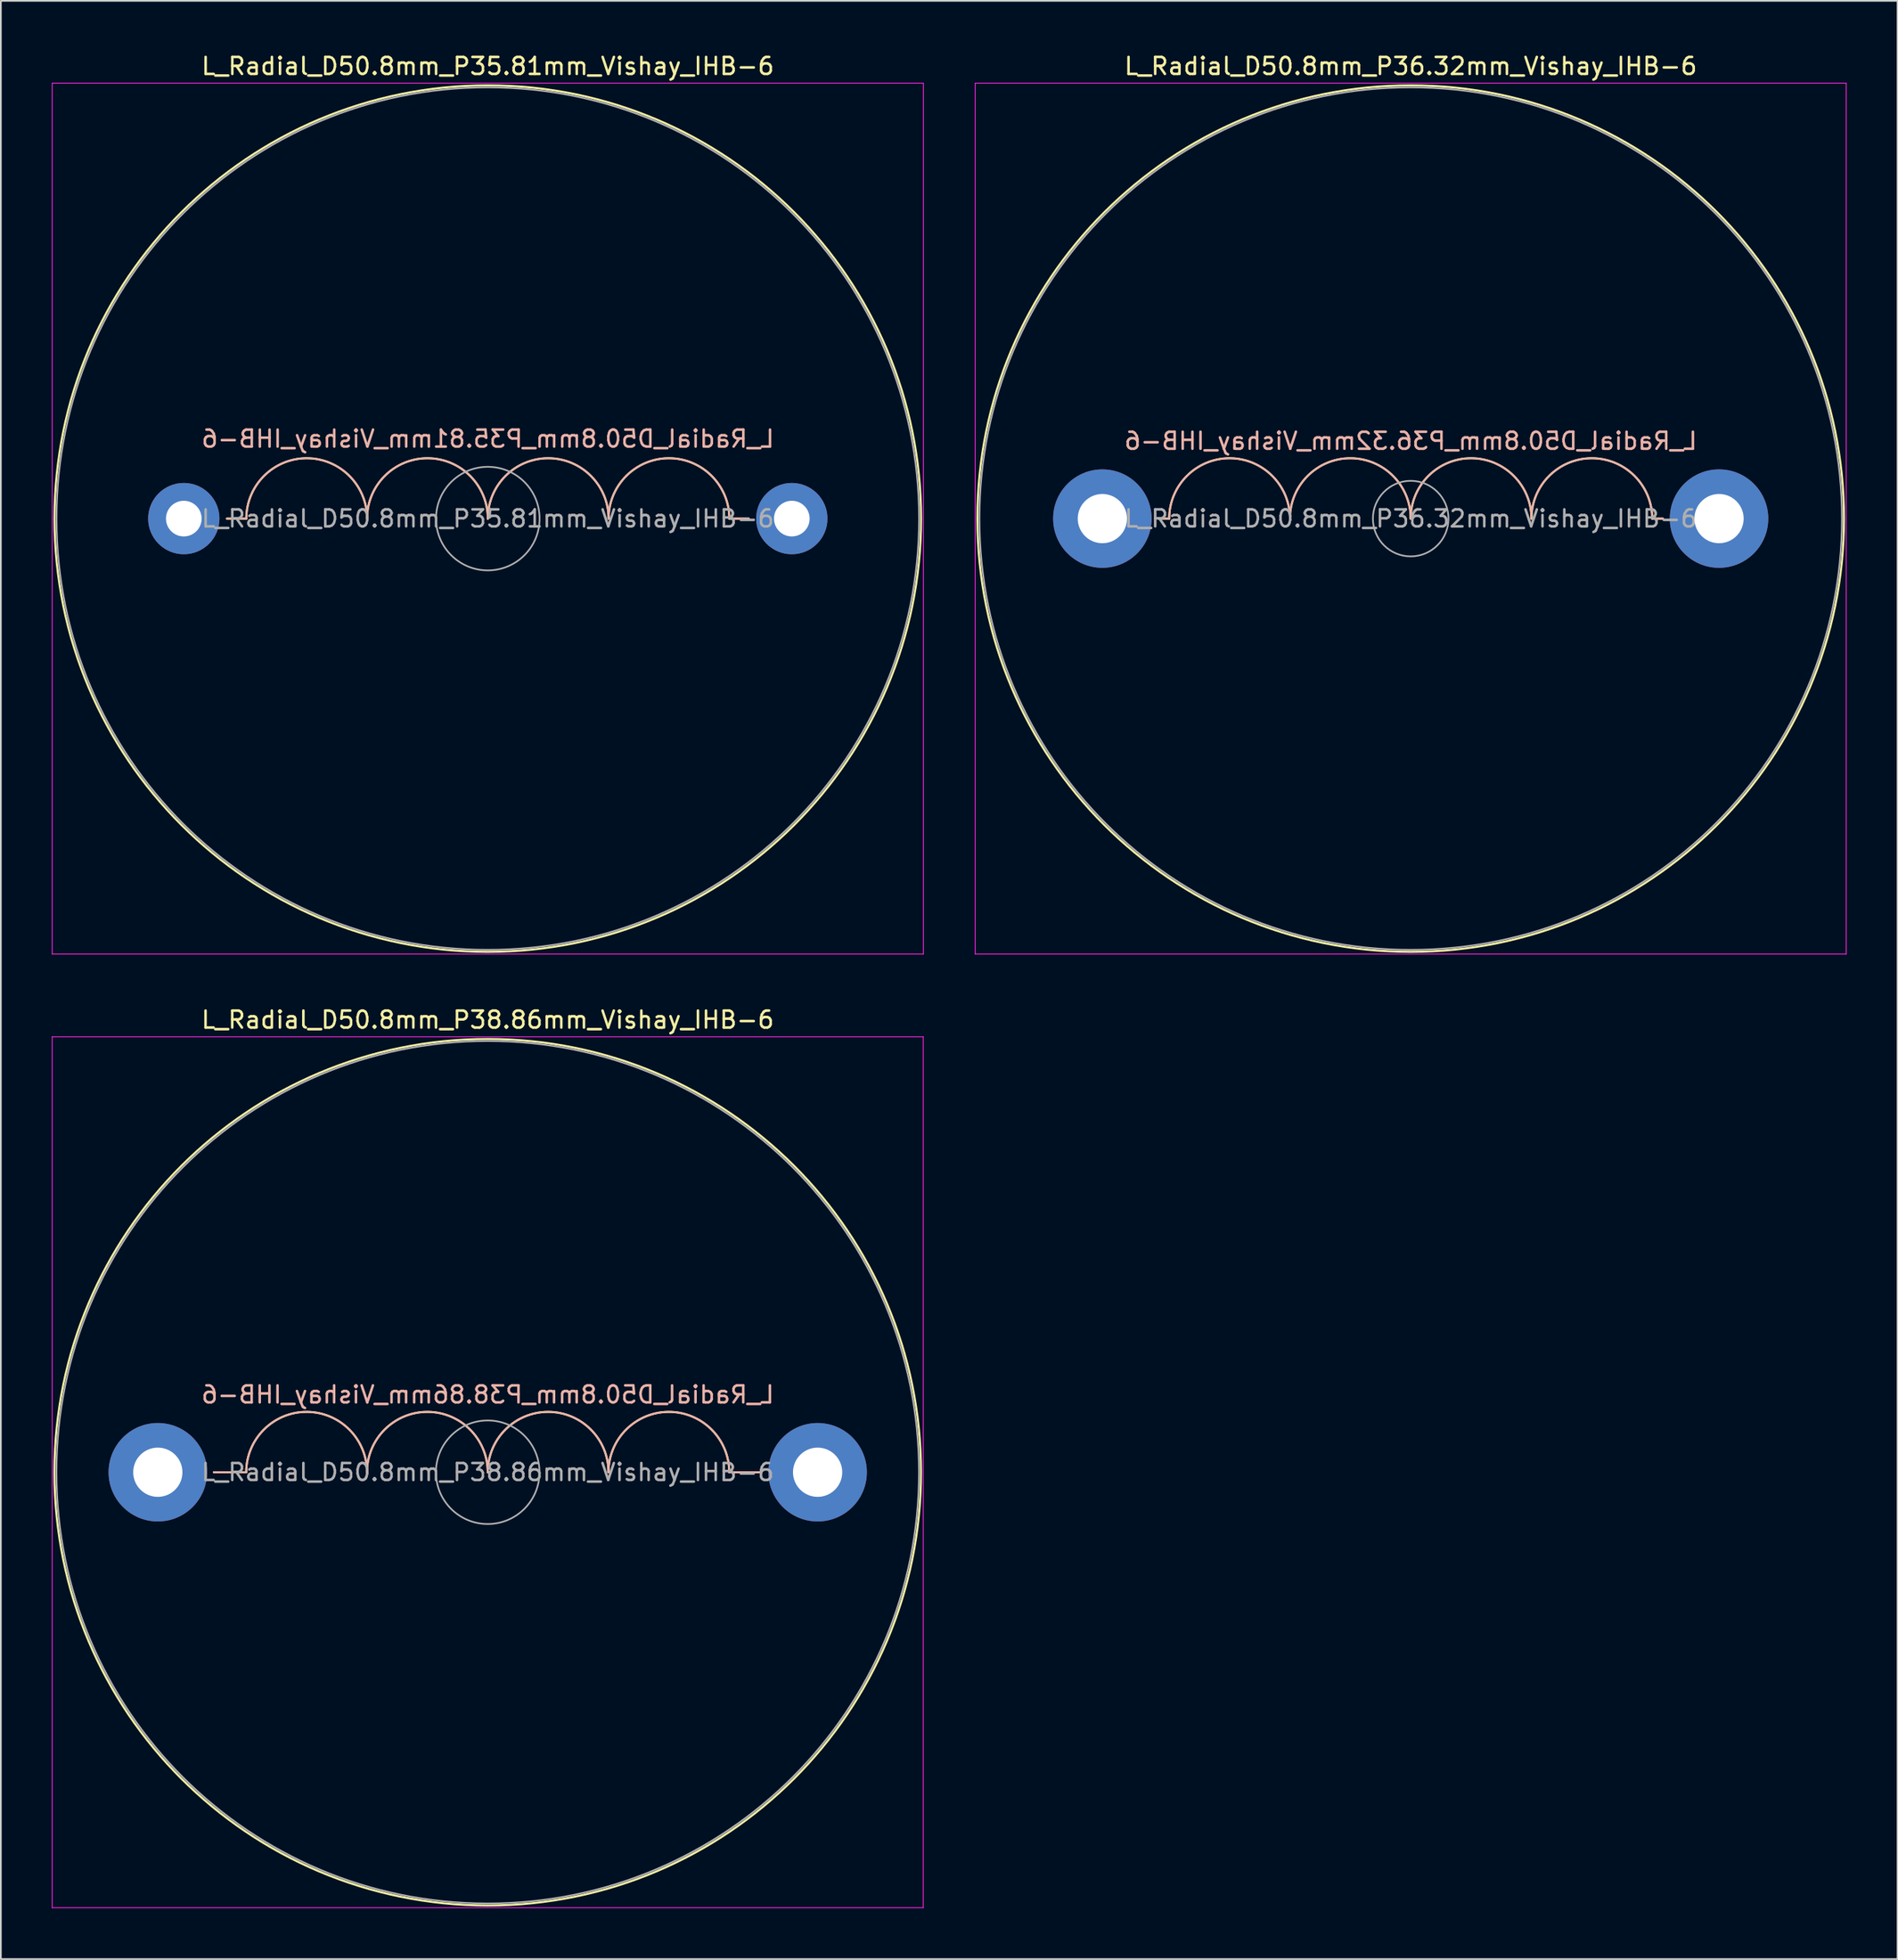
<source format=kicad_pcb>
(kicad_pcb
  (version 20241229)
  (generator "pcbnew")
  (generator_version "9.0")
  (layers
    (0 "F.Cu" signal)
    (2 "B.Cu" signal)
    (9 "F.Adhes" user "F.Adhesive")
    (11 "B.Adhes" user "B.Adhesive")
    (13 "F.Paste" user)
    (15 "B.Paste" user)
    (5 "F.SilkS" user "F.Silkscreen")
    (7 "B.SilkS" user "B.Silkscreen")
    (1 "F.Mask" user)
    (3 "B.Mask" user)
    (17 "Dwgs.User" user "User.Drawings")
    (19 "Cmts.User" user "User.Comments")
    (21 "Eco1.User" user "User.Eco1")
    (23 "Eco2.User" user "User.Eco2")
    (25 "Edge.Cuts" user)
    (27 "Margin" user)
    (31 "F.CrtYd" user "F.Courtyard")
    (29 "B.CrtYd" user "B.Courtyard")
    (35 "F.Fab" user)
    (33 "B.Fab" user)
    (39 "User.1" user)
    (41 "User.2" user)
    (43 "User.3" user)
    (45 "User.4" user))
  (footprint "L_Radial_D50.8mm_P35.81mm_Vishay_IHB-6"
    (layer "F.Cu")
    (at 7.775 27.498)
    (property "Reference" "L_Radial_D50.8mm_P35.81mm_Vishay_IHB-6" (at 17.905 -26.65 0) (layer "F.SilkS") (effects (font (size 1 1) (thickness 0.15))))
    (fp_line (start 3.681 0) (end 2.54 0) (stroke (width 0.12) (type solid)) (layer "F.SilkS"))
    (fp_line (start 32.129 0) (end 33.274 0) (stroke (width 0.12) (type solid)) (layer "F.SilkS"))
    (fp_arc (start 3.681 0) (mid 7.237 -3.556) (end 10.793 0) (stroke (width 0.12) (type solid)) (layer "F.SilkS"))
    (fp_arc (start 10.793 0) (mid 14.349 -3.556) (end 17.905 0) (stroke (width 0.12) (type solid)) (layer "F.SilkS"))
    (fp_arc (start 17.905 0) (mid 21.461 -3.556) (end 25.017 0) (stroke (width 0.12) (type solid)) (layer "F.SilkS"))
    (fp_arc (start 25.017 0) (mid 28.573 -3.556) (end 32.129 0) (stroke (width 0.12) (type solid)) (layer "F.SilkS"))
    (fp_circle (center 17.905 0) (end 43.425 0) (stroke (width 0.12) (type solid)) (fill no) (layer "F.SilkS"))
    (fp_line (start 3.685 0) (end 2.54 0) (stroke (width 0.12) (type solid)) (layer "B.SilkS"))
    (fp_line (start 32.133 0) (end 33.274 0) (stroke (width 0.12) (type solid)) (layer "B.SilkS"))
    (fp_arc (start 3.685 0) (mid 7.241 -3.556) (end 10.797 0) (stroke (width 0.12) (type solid)) (layer "B.SilkS"))
    (fp_arc (start 10.797 0) (mid 14.353 -3.556) (end 17.909 0) (stroke (width 0.12) (type solid)) (layer "B.SilkS"))
    (fp_arc (start 17.909 0) (mid 21.465 -3.556) (end 25.021 0) (stroke (width 0.12) (type solid)) (layer "B.SilkS"))
    (fp_arc (start 25.021 0) (mid 28.577 -3.556) (end 32.133 0) (stroke (width 0.12) (type solid)) (layer "B.SilkS"))
    (fp_line (start -7.75 -25.65) (end -7.75 25.65) (stroke (width 0.05) (type solid)) (layer "F.CrtYd"))
    (fp_line (start -7.75 25.65) (end 43.56 25.65) (stroke (width 0.05) (type solid)) (layer "F.CrtYd"))
    (fp_line (start 43.56 -25.65) (end -7.75 -25.65) (stroke (width 0.05) (type solid)) (layer "F.CrtYd"))
    (fp_line (start 43.56 25.65) (end 43.56 -25.65) (stroke (width 0.05) (type solid)) (layer "F.CrtYd"))
    (fp_circle (center 17.905 0) (end 20.955 0) (stroke (width 0.1) (type solid)) (fill no) (layer "F.Fab"))
    (fp_circle (center 17.905 0) (end 43.305 0) (stroke (width 0.1) (type solid)) (fill no) (layer "F.Fab"))
    (fp_text user "${REFERENCE}" (at 17.907 -4.699 0) (layer "B.SilkS") (effects (font (size 1 1) (thickness 0.15)) (justify mirror)))
    (fp_text user "${REFERENCE}" (at 17.905 0 0) (layer "F.Fab") (effects (font (size 1 1) (thickness 0.15))))
    (pad "1" thru_hole circle (at 0 0) (size 4.2 4.2) (drill 2.1) (layers "*.Cu" "*.Mask"))
    (pad "2" thru_hole circle (at 35.81 0) (size 4.2 4.2) (drill 2.1) (layers "*.Cu" "*.Mask")))
  (footprint "L_Radial_D50.8mm_P36.32mm_Vishay_IHB-6"
    (layer "F.Cu")
    (at 61.875 27.498)
    (property "Reference" "L_Radial_D50.8mm_P36.32mm_Vishay_IHB-6" (at 18.16 -26.65 0) (layer "F.SilkS") (effects (font (size 1 1) (thickness 0.15))))
    (fp_line (start 3.936 0) (end 3.302 0) (stroke (width 0.12) (type solid)) (layer "F.SilkS"))
    (fp_line (start 32.384 0) (end 33.02 0) (stroke (width 0.12) (type solid)) (layer "F.SilkS"))
    (fp_arc (start 3.936 0) (mid 7.492 -3.556) (end 11.048 0) (stroke (width 0.12) (type solid)) (layer "F.SilkS"))
    (fp_arc (start 11.048 0) (mid 14.604 -3.556) (end 18.16 0) (stroke (width 0.12) (type solid)) (layer "F.SilkS"))
    (fp_arc (start 18.16 0) (mid 21.716 -3.556) (end 25.272 0) (stroke (width 0.12) (type solid)) (layer "F.SilkS"))
    (fp_arc (start 25.272 0) (mid 28.828 -3.556) (end 32.384 0) (stroke (width 0.12) (type solid)) (layer "F.SilkS"))
    (fp_circle (center 18.16 0) (end 43.68 0) (stroke (width 0.12) (type solid)) (fill no) (layer "F.SilkS"))
    (fp_line (start 3.938 0) (end 3.302 0) (stroke (width 0.12) (type solid)) (layer "B.SilkS"))
    (fp_line (start 32.386 0) (end 33.02 0) (stroke (width 0.12) (type solid)) (layer "B.SilkS"))
    (fp_arc (start 3.938 0) (mid 7.494 -3.556) (end 11.05 0) (stroke (width 0.12) (type solid)) (layer "B.SilkS"))
    (fp_arc (start 11.05 0) (mid 14.606 -3.556) (end 18.162 0) (stroke (width 0.12) (type solid)) (layer "B.SilkS"))
    (fp_arc (start 18.162 0) (mid 21.718 -3.556) (end 25.274 0) (stroke (width 0.12) (type solid)) (layer "B.SilkS"))
    (fp_arc (start 25.274 0) (mid 28.83 -3.556) (end 32.386 0) (stroke (width 0.12) (type solid)) (layer "B.SilkS"))
    (fp_line (start -7.49 -25.65) (end -7.49 25.65) (stroke (width 0.05) (type solid)) (layer "F.CrtYd"))
    (fp_line (start -7.49 25.65) (end 43.81 25.65) (stroke (width 0.05) (type solid)) (layer "F.CrtYd"))
    (fp_line (start 43.81 -25.65) (end -7.49 -25.65) (stroke (width 0.05) (type solid)) (layer "F.CrtYd"))
    (fp_line (start 43.81 25.65) (end 43.81 -25.65) (stroke (width 0.05) (type solid)) (layer "F.CrtYd"))
    (fp_circle (center 18.16 0) (end 20.385 0) (stroke (width 0.1) (type solid)) (fill no) (layer "F.Fab"))
    (fp_circle (center 18.16 0) (end 43.56 0) (stroke (width 0.1) (type solid)) (fill no) (layer "F.Fab"))
    (fp_text user "${REFERENCE}" (at 18.161 -4.572 0) (layer "B.SilkS") (effects (font (size 1 1) (thickness 0.15)) (justify mirror)))
    (fp_text user "${REFERENCE}" (at 18.16 0 0) (layer "F.Fab") (effects (font (size 1 1) (thickness 0.15))))
    (pad "1" thru_hole circle (at 0 0) (size 5.8 5.8) (drill 2.9) (layers "*.Cu" "*.Mask"))
    (pad "2" thru_hole circle (at 36.32 0) (size 5.8 5.8) (drill 2.9) (layers "*.Cu" "*.Mask")))
  (footprint "L_Radial_D50.8mm_P38.86mm_Vishay_IHB-6"
    (layer "F.Cu")
    (at 6.245 83.671)
    (property "Reference" "L_Radial_D50.8mm_P38.86mm_Vishay_IHB-6" (at 19.43 -26.65 0) (layer "F.SilkS") (effects (font (size 1 1) (thickness 0.15))))
    (fp_line (start 5.206 0) (end 3.302 0) (stroke (width 0.12) (type solid)) (layer "F.SilkS"))
    (fp_line (start 33.654 0) (end 35.56 0) (stroke (width 0.12) (type solid)) (layer "F.SilkS"))
    (fp_arc (start 5.206 0) (mid 8.762 -3.556) (end 12.318 0) (stroke (width 0.12) (type solid)) (layer "F.SilkS"))
    (fp_arc (start 12.318 0) (mid 15.874 -3.556) (end 19.43 0) (stroke (width 0.12) (type solid)) (layer "F.SilkS"))
    (fp_arc (start 19.43 0) (mid 22.986 -3.556) (end 26.542 0) (stroke (width 0.12) (type solid)) (layer "F.SilkS"))
    (fp_arc (start 26.542 0) (mid 30.098 -3.556) (end 33.654 0) (stroke (width 0.12) (type solid)) (layer "F.SilkS"))
    (fp_circle (center 19.43 0) (end 44.95 0) (stroke (width 0.12) (type solid)) (fill no) (layer "F.SilkS"))
    (fp_line (start 5.208 0) (end 3.302 0) (stroke (width 0.12) (type solid)) (layer "B.SilkS"))
    (fp_line (start 33.656 0) (end 35.56 0) (stroke (width 0.12) (type solid)) (layer "B.SilkS"))
    (fp_arc (start 5.208 0) (mid 8.764 -3.556) (end 12.32 0) (stroke (width 0.12) (type solid)) (layer "B.SilkS"))
    (fp_arc (start 12.32 0) (mid 15.876 -3.556) (end 19.432 0) (stroke (width 0.12) (type solid)) (layer "B.SilkS"))
    (fp_arc (start 19.432 0) (mid 22.988 -3.556) (end 26.544 0) (stroke (width 0.12) (type solid)) (layer "B.SilkS"))
    (fp_arc (start 26.544 0) (mid 30.1 -3.556) (end 33.656 0) (stroke (width 0.12) (type solid)) (layer "B.SilkS"))
    (fp_line (start -6.22 -25.65) (end -6.22 25.65) (stroke (width 0.05) (type solid)) (layer "F.CrtYd"))
    (fp_line (start -6.22 25.65) (end 45.08 25.65) (stroke (width 0.05) (type solid)) (layer "F.CrtYd"))
    (fp_line (start 45.08 -25.65) (end -6.22 -25.65) (stroke (width 0.05) (type solid)) (layer "F.CrtYd"))
    (fp_line (start 45.08 25.65) (end 45.08 -25.65) (stroke (width 0.05) (type solid)) (layer "F.CrtYd"))
    (fp_circle (center 19.43 0) (end 22.48 0) (stroke (width 0.1) (type solid)) (fill no) (layer "F.Fab"))
    (fp_circle (center 19.43 0) (end 44.83 0) (stroke (width 0.1) (type solid)) (fill no) (layer "F.Fab"))
    (fp_text user "${REFERENCE}" (at 19.431 -4.572 0) (layer "B.SilkS") (effects (font (size 1 1) (thickness 0.15)) (justify mirror)))
    (fp_text user "${REFERENCE}" (at 19.43 0 0) (layer "F.Fab") (effects (font (size 1 1) (thickness 0.15))))
    (pad "1" thru_hole circle (at 0 0) (size 5.8 5.8) (drill 2.9) (layers "*.Cu" "*.Mask"))
    (pad "2" thru_hole circle (at 38.86 0) (size 5.8 5.8) (drill 2.9) (layers "*.Cu" "*.Mask")))
  (gr_rect
    (start -3 -3)
    (end 108.71 112.347)
    (stroke (width 0.1) (type default))
    (fill no)
    (layer "Edge.Cuts")))
</source>
